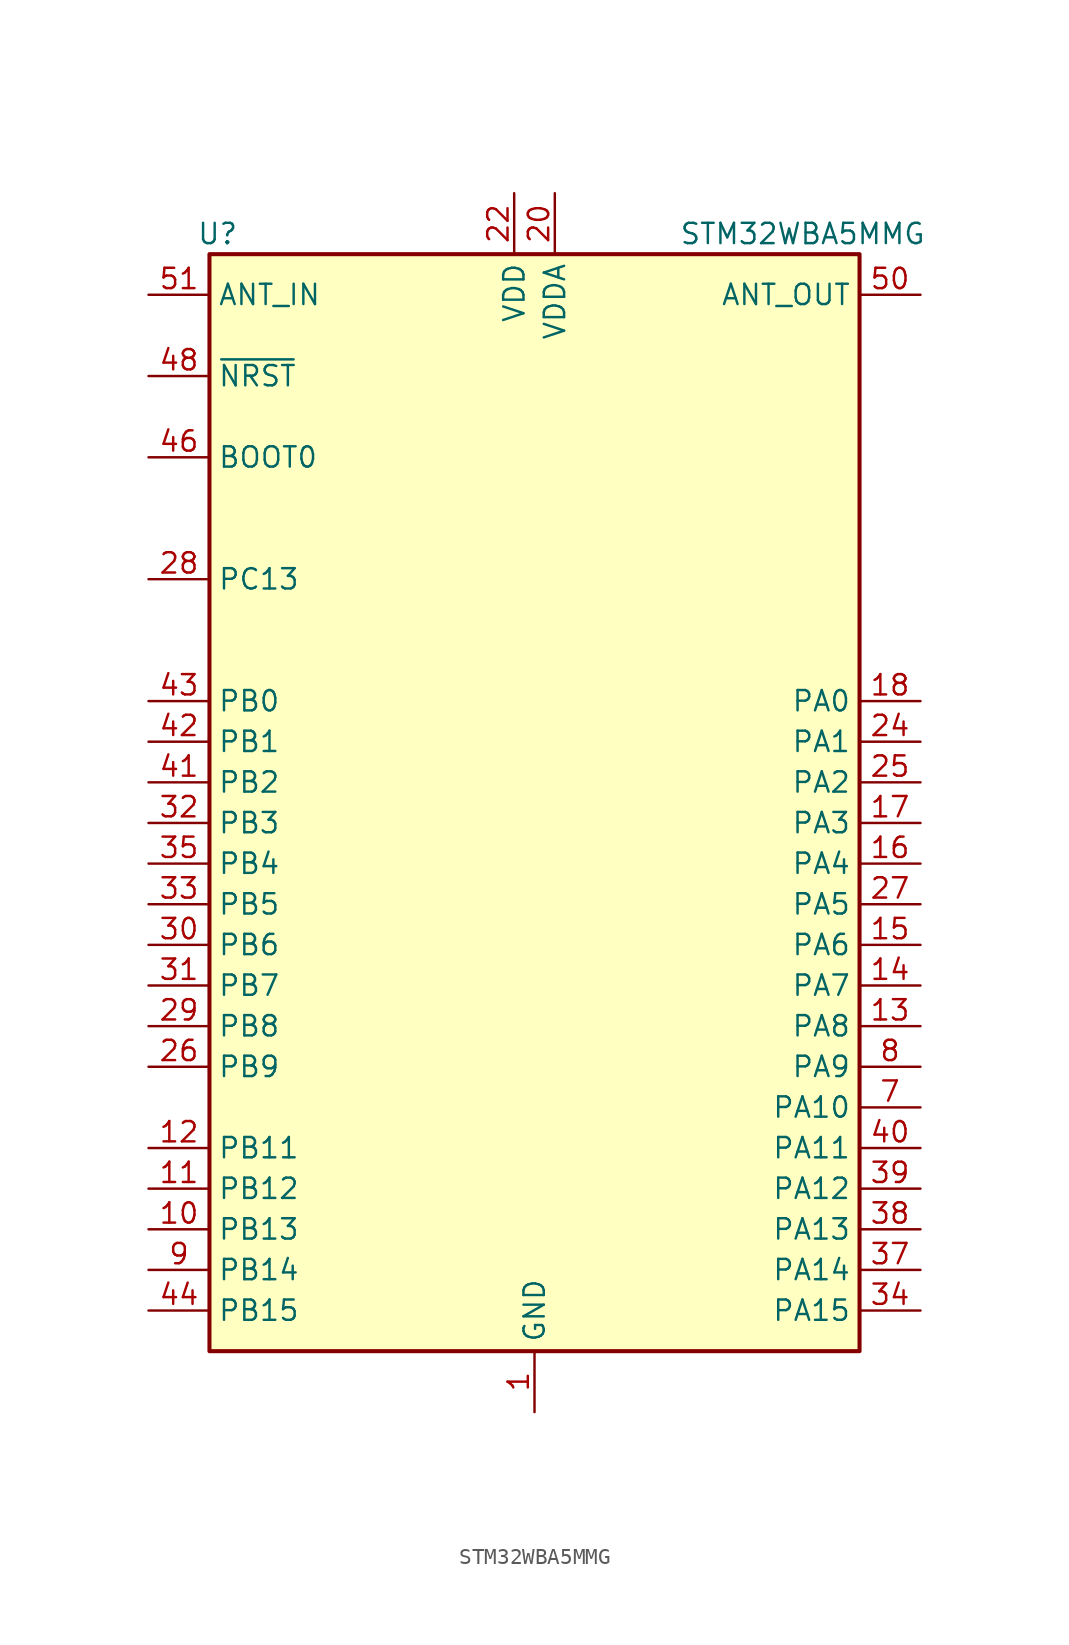
<source format=kicad_sym>
(kicad_symbol_lib
  (version 20241209)
  (generator "kicad_symbol_editor")
  (generator_version "9.0")
  (symbol "STM32WBA5MMG"
    (property "Reference" "U"
      (at -19.812 35.56 0)
      (effects (font (size 1.27 1.27))))
    (property "Value" "STM32WBA5MMG"
      (at 16.764 35.56 0)
      (effects (font (size 1.27 1.27))))
    (symbol "STM32WBA5MMG_0_0"
      (pin power_in line (at 0 -38.1 90) (length 3.81) (name "GND" (effects (font (size 1.27 1.27)))) (number "1" (effects (font (size 1.27 1.27))))))
    (symbol "STM32WBA5MMG_0_1"
      (rectangle (start -20.32 34.29) (end 20.32 -34.29) (stroke (width 0.254) (type default)) (fill (type background))))
    (symbol "STM32WBA5MMG_1_1"
      (pin input line (at -24.13 31.75 0) (length 3.81) (name "ANT_IN" (effects (font (size 1.27 1.27)))) (number "51" (effects (font (size 1.27 1.27)))))
      (pin bidirectional line (at -24.13 26.67 0) (length 3.81) (name "~{NRST}" (effects (font (size 1.27 1.27)))) (number "48" (effects (font (size 1.27 1.27)))))
      (pin bidirectional line (at -24.13 21.59 0) (length 3.81) (name "BOOT0" (effects (font (size 1.27 1.27)))) (number "46" (effects (font (size 1.27 1.27)))))
      (pin bidirectional line (at -24.13 13.97 0) (length 3.81) (name "PC13" (effects (font (size 1.27 1.27)))) (number "28" (effects (font (size 1.27 1.27)))) (alternate "PWR_WKUP2" bidirectional line) (alternate "RTC_OUT1" bidirectional line) (alternate "RTC_TS" bidirectional line) (alternate "TIM1_BKIN2" bidirectional line))
      (pin bidirectional line (at -24.13 6.35 0) (length 3.81) (name "PB0" (effects (font (size 1.27 1.27)))) (number "43" (effects (font (size 1.27 1.27)))) (alternate "LPTIM2_IN2" bidirectional line) (alternate "TIM1_CH3N" bidirectional line) (alternate "USART2_TX" bidirectional line))
      (pin bidirectional line (at -24.13 3.81 0) (length 3.81) (name "PB1" (effects (font (size 1.27 1.27)))) (number "42" (effects (font (size 1.27 1.27)))) (alternate "I2C1_SDA" bidirectional line) (alternate "I2C3_SDA" bidirectional line) (alternate "PWR_WKUP4" bidirectional line) (alternate "TIM1_CH2N" bidirectional line) (alternate "USART2_DE" bidirectional line) (alternate "USART2_RTS" bidirectional line))
      (pin bidirectional line (at -24.13 1.27 0) (length 3.81) (name "PB2" (effects (font (size 1.27 1.27)))) (number "41" (effects (font (size 1.27 1.27)))) (alternate "I2C1_SCL" bidirectional line) (alternate "I2C3_SCL" bidirectional line) (alternate "PWR_WKUP1" bidirectional line) (alternate "RF_ANTSW2" bidirectional line) (alternate "RTC_OUT2" bidirectional line) (alternate "TIM1_CH1N" bidirectional line) (alternate "USART2_CTS" bidirectional line))
      (pin bidirectional line (at -24.13 -1.27 0) (length 3.81) (name "PB3" (effects (font (size 1.27 1.27)))) (number "32" (effects (font (size 1.27 1.27)))) (alternate "DEBUG_JTDO-SWO" bidirectional line) (alternate "I2C1_SDA" bidirectional line) (alternate "LPTIM1_IN2" bidirectional line) (alternate "SPI1_MISO" bidirectional line) (alternate "TIM17_CH1N" bidirectional line) (alternate "TIM1_CH4" bidirectional line) (alternate "USART2_CK" bidirectional line))
      (pin bidirectional line (at -24.13 -3.81 0) (length 3.81) (name "PB4" (effects (font (size 1.27 1.27)))) (number "35" (effects (font (size 1.27 1.27)))) (alternate "DEBUG_JTRST" bidirectional line) (alternate "LPTIM2_IN2" bidirectional line) (alternate "SAI1_MCLK_B" bidirectional line) (alternate "SPI1_SCK" bidirectional line) (alternate "TIM17_CH1" bidirectional line) (alternate "TIM1_CH3" bidirectional line) (alternate "USART2_RX" bidirectional line))
      (pin bidirectional line (at -24.13 -6.35 0) (length 3.81) (name "PB5" (effects (font (size 1.27 1.27)))) (number "33" (effects (font (size 1.27 1.27)))) (alternate "LPUART1_TX" bidirectional line) (alternate "SAI1_D2" bidirectional line) (alternate "SAI1_FS_B" bidirectional line) (alternate "TIM3_CH1" bidirectional line))
      (pin bidirectional line (at -24.13 -8.89 0) (length 3.81) (name "PB6" (effects (font (size 1.27 1.27)))) (number "30" (effects (font (size 1.27 1.27)))) (alternate "PWR_WKUP3" bidirectional line) (alternate "SAI1_SCK_B" bidirectional line) (alternate "TIM2_CH1" bidirectional line) (alternate "TIM2_ETR" bidirectional line))
      (pin bidirectional line (at -24.13 -11.43 0) (length 3.81) (name "PB7" (effects (font (size 1.27 1.27)))) (number "31" (effects (font (size 1.27 1.27)))) (alternate "PWR_WKUP5" bidirectional line) (alternate "SAI1_SD_B" bidirectional line) (alternate "TIM1_CH4N" bidirectional line))
      (pin bidirectional line (at -24.13 -13.97 0) (length 3.81) (name "PB8" (effects (font (size 1.27 1.27)))) (number "29" (effects (font (size 1.27 1.27)))) (alternate "COMP1_OUT" bidirectional line) (alternate "LPTIM1_ETR" bidirectional line) (alternate "PWR_PVD_IN" bidirectional line) (alternate "SPI3_MOSI" bidirectional line) (alternate "TIM16_CH1N" bidirectional line) (alternate "TIM1_CH1" bidirectional line) (alternate "TIM3_ETR" bidirectional line) (alternate "USART2_RX" bidirectional line))
      (pin bidirectional line (at -24.13 -16.51 0) (length 3.81) (name "PB9" (effects (font (size 1.27 1.27)))) (number "26" (effects (font (size 1.27 1.27)))) (alternate "ADC4_IN10" bidirectional line) (alternate "COMP2_INM" bidirectional line) (alternate "IR_OUT" bidirectional line) (alternate "LPTIM2_IN1" bidirectional line) (alternate "LPUART1_DE" bidirectional line) (alternate "LPUART1_RTS" bidirectional line) (alternate "PWR_WKUP8" bidirectional line) (alternate "SPI3_MISO" bidirectional line) (alternate "TIM16_CH1" bidirectional line) (alternate "TIM1_CH3N" bidirectional line) (alternate "TIM3_CH4" bidirectional line))
      (pin bidirectional line (at -24.13 -21.59 0) (length 3.81) (name "PB11" (effects (font (size 1.27 1.27)))) (number "12" (effects (font (size 1.27 1.27)))) (alternate "LPTIM1_CH1" bidirectional line) (alternate "LPTIM1_ETR" bidirectional line) (alternate "LPUART1_TX" bidirectional line))
      (pin bidirectional line (at -24.13 -24.13 0) (length 3.81) (name "PB12" (effects (font (size 1.27 1.27)))) (number "11" (effects (font (size 1.27 1.27)))) (alternate "SAI1_SD_A" bidirectional line) (alternate "SPI1_RDY" bidirectional line) (alternate "TIM2_CH1" bidirectional line) (alternate "TIM2_ETR" bidirectional line) (alternate "TIM3_ETR" bidirectional line) (alternate "TSC_SYNC" bidirectional line) (alternate "USART1_TX" bidirectional line))
      (pin bidirectional line (at -24.13 -26.67 0) (length 3.81) (name "PB13" (effects (font (size 1.27 1.27)))) (number "10" (effects (font (size 1.27 1.27)))) (alternate "TIM3_CH4" bidirectional line))
      (pin bidirectional line (at -24.13 -29.21 0) (length 3.81) (name "PB14" (effects (font (size 1.27 1.27)))) (number "9" (effects (font (size 1.27 1.27)))) (alternate "PWR_WKUP7" bidirectional line) (alternate "RTC_REFIN" bidirectional line) (alternate "SAI1_SD_A" bidirectional line) (alternate "TIM3_CH3" bidirectional line) (alternate "USART1_TX" bidirectional line))
      (pin bidirectional line (at -24.13 -31.75 0) (length 3.81) (name "PB15" (effects (font (size 1.27 1.27)))) (number "44" (effects (font (size 1.27 1.27)))) (alternate "ADC4_EXTI15" bidirectional line) (alternate "DEBUG_JTDI" bidirectional line) (alternate "I2C1_SCL" bidirectional line) (alternate "LPTIM1_CH2" bidirectional line) (alternate "PTA_STATUS" bidirectional line) (alternate "SPI1_MOSI" bidirectional line) (alternate "TIM17_BKIN" bidirectional line) (alternate "TIM1_ETR" bidirectional line) (alternate "USART2_DE" bidirectional line) (alternate "USART2_RTS" bidirectional line))
      (pin power_in line (at -1.27 38.1 270) (length 3.81) (name "VDD" (effects (font (size 1.27 1.27)))) (number "22" (effects (font (size 1.27 1.27)))))
      (pin power_in line (at 0 -38.1 90) (length 3.81) (hide yes) (name "GND" (effects (font (size 1.27 1.27)))) (number "19" (effects (font (size 1.27 1.27)))))
      (pin power_in line (at 0 -38.1 90) (length 3.81) (hide yes) (name "GND" (effects (font (size 1.27 1.27)))) (number "2" (effects (font (size 1.27 1.27)))))
      (pin power_in line (at 0 -38.1 90) (length 3.81) (hide yes) (name "GND" (effects (font (size 1.27 1.27)))) (number "21" (effects (font (size 1.27 1.27)))))
      (pin power_in line (at 0 -38.1 90) (length 3.81) (hide yes) (name "GND" (effects (font (size 1.27 1.27)))) (number "23" (effects (font (size 1.27 1.27)))))
      (pin power_in line (at 0 -38.1 90) (length 3.81) (hide yes) (name "GND" (effects (font (size 1.27 1.27)))) (number "3" (effects (font (size 1.27 1.27)))))
      (pin power_in line (at 0 -38.1 90) (length 3.81) (hide yes) (name "GND" (effects (font (size 1.27 1.27)))) (number "36" (effects (font (size 1.27 1.27)))))
      (pin power_in line (at 0 -38.1 90) (length 3.81) (hide yes) (name "GND" (effects (font (size 1.27 1.27)))) (number "4" (effects (font (size 1.27 1.27)))))
      (pin power_in line (at 0 -38.1 90) (length 3.81) (hide yes) (name "GND" (effects (font (size 1.27 1.27)))) (number "45" (effects (font (size 1.27 1.27)))))
      (pin power_in line (at 0 -38.1 90) (length 3.81) (hide yes) (name "GND" (effects (font (size 1.27 1.27)))) (number "47" (effects (font (size 1.27 1.27)))))
      (pin power_in line (at 0 -38.1 90) (length 3.81) (hide yes) (name "GND" (effects (font (size 1.27 1.27)))) (number "49" (effects (font (size 1.27 1.27)))))
      (pin power_in line (at 0 -38.1 90) (length 3.81) (hide yes) (name "GND" (effects (font (size 1.27 1.27)))) (number "5" (effects (font (size 1.27 1.27)))))
      (pin power_in line (at 0 -38.1 90) (length 3.81) (hide yes) (name "GND" (effects (font (size 1.27 1.27)))) (number "52" (effects (font (size 1.27 1.27)))))
      (pin power_in line (at 0 -38.1 90) (length 3.81) (hide yes) (name "GND" (effects (font (size 1.27 1.27)))) (number "53" (effects (font (size 1.27 1.27)))))
      (pin power_in line (at 0 -38.1 90) (length 3.81) (hide yes) (name "GND" (effects (font (size 1.27 1.27)))) (number "54" (effects (font (size 1.27 1.27)))))
      (pin power_in line (at 0 -38.1 90) (length 3.81) (hide yes) (name "GND" (effects (font (size 1.27 1.27)))) (number "55" (effects (font (size 1.27 1.27)))))
      (pin power_in line (at 0 -38.1 90) (length 3.81) (hide yes) (name "GND" (effects (font (size 1.27 1.27)))) (number "56" (effects (font (size 1.27 1.27)))))
      (pin power_in line (at 0 -38.1 90) (length 3.81) (hide yes) (name "GND" (effects (font (size 1.27 1.27)))) (number "57" (effects (font (size 1.27 1.27)))))
      (pin power_in line (at 0 -38.1 90) (length 3.81) (hide yes) (name "GND" (effects (font (size 1.27 1.27)))) (number "58" (effects (font (size 1.27 1.27)))))
      (pin power_in line (at 0 -38.1 90) (length 3.81) (hide yes) (name "GND" (effects (font (size 1.27 1.27)))) (number "59" (effects (font (size 1.27 1.27)))))
      (pin power_in line (at 0 -38.1 90) (length 3.81) (hide yes) (name "GND" (effects (font (size 1.27 1.27)))) (number "6" (effects (font (size 1.27 1.27)))))
      (pin power_in line (at 0 -38.1 90) (length 3.81) (hide yes) (name "GND" (effects (font (size 1.27 1.27)))) (number "60" (effects (font (size 1.27 1.27)))))
      (pin power_in line (at 0 -38.1 90) (length 3.81) (hide yes) (name "GND" (effects (font (size 1.27 1.27)))) (number "61" (effects (font (size 1.27 1.27)))))
      (pin power_in line (at 0 -38.1 90) (length 3.81) (hide yes) (name "GND" (effects (font (size 1.27 1.27)))) (number "62" (effects (font (size 1.27 1.27)))))
      (pin power_in line (at 0 -38.1 90) (length 3.81) (hide yes) (name "GND" (effects (font (size 1.27 1.27)))) (number "63" (effects (font (size 1.27 1.27)))))
      (pin power_in line (at 0 -38.1 90) (length 3.81) (hide yes) (name "GND" (effects (font (size 1.27 1.27)))) (number "64" (effects (font (size 1.27 1.27)))))
      (pin power_in line (at 0 -38.1 90) (length 3.81) (hide yes) (name "GND" (effects (font (size 1.27 1.27)))) (number "65" (effects (font (size 1.27 1.27)))))
      (pin power_in line (at 0 -38.1 90) (length 3.81) (hide yes) (name "GND" (effects (font (size 1.27 1.27)))) (number "66" (effects (font (size 1.27 1.27)))))
      (pin power_in line (at 0 -38.1 90) (length 3.81) (hide yes) (name "GND" (effects (font (size 1.27 1.27)))) (number "67" (effects (font (size 1.27 1.27)))))
      (pin power_in line (at 0 -38.1 90) (length 3.81) (hide yes) (name "GND" (effects (font (size 1.27 1.27)))) (number "68" (effects (font (size 1.27 1.27)))))
      (pin power_in line (at 0 -38.1 90) (length 3.81) (hide yes) (name "GND" (effects (font (size 1.27 1.27)))) (number "69" (effects (font (size 1.27 1.27)))))
      (pin power_in line (at 0 -38.1 90) (length 3.81) (hide yes) (name "GND" (effects (font (size 1.27 1.27)))) (number "70" (effects (font (size 1.27 1.27)))))
      (pin power_in line (at 0 -38.1 90) (length 3.81) (hide yes) (name "GND" (effects (font (size 1.27 1.27)))) (number "71" (effects (font (size 1.27 1.27)))))
      (pin power_in line (at 0 -38.1 90) (length 3.81) (hide yes) (name "GND" (effects (font (size 1.27 1.27)))) (number "72" (effects (font (size 1.27 1.27)))))
      (pin power_in line (at 0 -38.1 90) (length 3.81) (hide yes) (name "GND" (effects (font (size 1.27 1.27)))) (number "73" (effects (font (size 1.27 1.27)))))
      (pin power_in line (at 0 -38.1 90) (length 3.81) (hide yes) (name "GND" (effects (font (size 1.27 1.27)))) (number "74" (effects (font (size 1.27 1.27)))))
      (pin power_in line (at 0 -38.1 90) (length 3.81) (hide yes) (name "GND" (effects (font (size 1.27 1.27)))) (number "75" (effects (font (size 1.27 1.27)))))
      (pin power_in line (at 0 -38.1 90) (length 3.81) (hide yes) (name "GND" (effects (font (size 1.27 1.27)))) (number "76" (effects (font (size 1.27 1.27)))))
      (pin power_in line (at 1.27 38.1 270) (length 3.81) (name "VDDA" (effects (font (size 1.27 1.27)))) (number "20" (effects (font (size 1.27 1.27)))))
      (pin output line (at 24.13 31.75 180) (length 3.81) (name "ANT_OUT" (effects (font (size 1.27 1.27)))) (number "50" (effects (font (size 1.27 1.27)))))
      (pin bidirectional line (at 24.13 6.35 180) (length 3.81) (name "PA0" (effects (font (size 1.27 1.27)))) (number "18" (effects (font (size 1.27 1.27)))) (alternate "ADC4_IN9" bidirectional line) (alternate "COMP2_INP" bidirectional line) (alternate "LPTIM1_IN1" bidirectional line) (alternate "LPUART1_CTS" bidirectional line) (alternate "PWR_WKUP1" bidirectional line) (alternate "SPI3_SCK" bidirectional line) (alternate "TIM1_CH2N" bidirectional line) (alternate "TIM3_CH3" bidirectional line) (alternate "TIM3_ETR" bidirectional line))
      (pin bidirectional line (at 24.13 3.81 180) (length 3.81) (name "PA1" (effects (font (size 1.27 1.27)))) (number "24" (effects (font (size 1.27 1.27)))) (alternate "ADC4_IN8" bidirectional line) (alternate "COMP1_INM" bidirectional line) (alternate "LPTIM2_CH2" bidirectional line) (alternate "LPUART1_RX" bidirectional line) (alternate "PWR_WKUP3" bidirectional line) (alternate "SAI1_CK1" bidirectional line) (alternate "SPI1_RDY" bidirectional line) (alternate "TIM17_CH1" bidirectional line) (alternate "TIM1_CH1N" bidirectional line) (alternate "TIM3_CH2" bidirectional line) (alternate "USART1_CK" bidirectional line))
      (pin bidirectional line (at 24.13 1.27 180) (length 3.81) (name "PA2" (effects (font (size 1.27 1.27)))) (number "25" (effects (font (size 1.27 1.27)))) (alternate "ADC4_IN7" bidirectional line) (alternate "COMP1_INP" bidirectional line) (alternate "LPUART1_TX" bidirectional line) (alternate "PWR_WKUP4" bidirectional line) (alternate "RCC_LSCO" bidirectional line) (alternate "SAI1_D1" bidirectional line) (alternate "TIM16_CH1" bidirectional line) (alternate "TIM1_BKIN" bidirectional line) (alternate "TIM3_CH1" bidirectional line) (alternate "USART1_DE" bidirectional line) (alternate "USART1_RTS" bidirectional line))
      (pin bidirectional line (at 24.13 -1.27 180) (length 3.81) (name "PA3" (effects (font (size 1.27 1.27)))) (number "17" (effects (font (size 1.27 1.27)))) (alternate "PWR_WKUP5" bidirectional line) (alternate "TIM16_CH1N" bidirectional line) (alternate "USART1_DE" bidirectional line) (alternate "USART1_RTS" bidirectional line))
      (pin bidirectional line (at 24.13 -3.81 180) (length 3.81) (name "PA4" (effects (font (size 1.27 1.27)))) (number "16" (effects (font (size 1.27 1.27)))) (alternate "AUDIOCLK" bidirectional line) (alternate "PWR_WKUP2" bidirectional line) (alternate "TIM16_CH1" bidirectional line) (alternate "USART1_CTS" bidirectional line))
      (pin bidirectional line (at 24.13 -6.35 180) (length 3.81) (name "PA5" (effects (font (size 1.27 1.27)))) (number "27" (effects (font (size 1.27 1.27)))) (alternate "ADC4_IN4" bidirectional line) (alternate "AUDIOCLK" bidirectional line) (alternate "LPTIM2_ETR" bidirectional line) (alternate "PWR_CSLEEP" bidirectional line) (alternate "PWR_WKUP6" bidirectional line) (alternate "SAI1_D2" bidirectional line) (alternate "SPI3_NSS" bidirectional line) (alternate "TIM2_CH1" bidirectional line) (alternate "TIM2_ETR" bidirectional line) (alternate "USART1_CK" bidirectional line))
      (pin bidirectional line (at 24.13 -8.89 180) (length 3.81) (name "PA6" (effects (font (size 1.27 1.27)))) (number "15" (effects (font (size 1.27 1.27)))) (alternate "ADC4_IN3" bidirectional line) (alternate "I2C3_SCL" bidirectional line) (alternate "PWR_CSTOP" bidirectional line) (alternate "PWR_WKUP7" bidirectional line) (alternate "SAI1_CK2" bidirectional line) (alternate "SAI1_MCLK_A" bidirectional line) (alternate "SPI3_RDY" bidirectional line) (alternate "TIM2_CH4" bidirectional line) (alternate "USART1_DE" bidirectional line) (alternate "USART1_RTS" bidirectional line))
      (pin bidirectional line (at 24.13 -11.43 180) (length 3.81) (name "PA7" (effects (font (size 1.27 1.27)))) (number "14" (effects (font (size 1.27 1.27)))) (alternate "ADC4_IN2" bidirectional line) (alternate "COMP1_OUT" bidirectional line) (alternate "I2C3_SDA" bidirectional line) (alternate "PWR_WKUP8" bidirectional line) (alternate "SAI1_SCK_A" bidirectional line) (alternate "TIM2_CH3" bidirectional line) (alternate "USART1_CTS" bidirectional line))
      (pin bidirectional line (at 24.13 -13.97 180) (length 3.81) (name "PA8" (effects (font (size 1.27 1.27)))) (number "13" (effects (font (size 1.27 1.27)))) (alternate "ADC4_IN1" bidirectional line) (alternate "LPTIM1_CH2" bidirectional line) (alternate "RCC_MCO" bidirectional line) (alternate "SAI1_FS_A" bidirectional line) (alternate "SPI3_RDY" bidirectional line) (alternate "TIM2_CH2" bidirectional line) (alternate "USART1_RX" bidirectional line))
      (pin bidirectional line (at 24.13 -16.51 180) (length 3.81) (name "PA9" (effects (font (size 1.27 1.27)))) (number "8" (effects (font (size 1.27 1.27)))) (alternate "LPUART1_DE" bidirectional line) (alternate "LPUART1_RTS" bidirectional line) (alternate "SAI1_CK1" bidirectional line) (alternate "TIM3_CH2" bidirectional line))
      (pin bidirectional line (at 24.13 -19.05 180) (length 3.81) (name "PA10" (effects (font (size 1.27 1.27)))) (number "7" (effects (font (size 1.27 1.27)))) (alternate "LPUART1_RX" bidirectional line) (alternate "SAI1_D1" bidirectional line) (alternate "TIM3_CH1" bidirectional line))
      (pin bidirectional line (at 24.13 -21.59 180) (length 3.81) (name "PA11" (effects (font (size 1.27 1.27)))) (number "40" (effects (font (size 1.27 1.27)))) (alternate "LPTIM2_CH1" bidirectional line) (alternate "TIM1_CH1" bidirectional line) (alternate "USART2_RX" bidirectional line))
      (pin bidirectional line (at 24.13 -24.13 180) (length 3.81) (name "PA12" (effects (font (size 1.27 1.27)))) (number "39" (effects (font (size 1.27 1.27)))) (alternate "COMP2_OUT" bidirectional line) (alternate "PTA_STATUS" bidirectional line) (alternate "PWR_WKUP6" bidirectional line) (alternate "SPI1_NSS" bidirectional line) (alternate "TIM1_CH2" bidirectional line) (alternate "USART2_TX" bidirectional line))
      (pin bidirectional line (at 24.13 -26.67 180) (length 3.81) (name "PA13" (effects (font (size 1.27 1.27)))) (number "38" (effects (font (size 1.27 1.27)))) (alternate "DEBUG_JTMS-SWDIO" bidirectional line) (alternate "IR_OUT" bidirectional line) (alternate "PTA_PRIORITY" bidirectional line))
      (pin bidirectional line (at 24.13 -29.21 180) (length 3.81) (name "PA14" (effects (font (size 1.27 1.27)))) (number "37" (effects (font (size 1.27 1.27)))) (alternate "COMP2_OUT" bidirectional line) (alternate "DEBUG_JTCK-SWCLK" bidirectional line) (alternate "PTA_STATUS" bidirectional line) (alternate "USART2_TX" bidirectional line))
      (pin bidirectional line (at 24.13 -31.75 180) (length 3.81) (name "PA15" (effects (font (size 1.27 1.27)))) (number "34" (effects (font (size 1.27 1.27)))) (alternate "ADC4_EXTI15" bidirectional line) (alternate "DEBUG_JTDI" bidirectional line) (alternate "I2C1_SCL" bidirectional line) (alternate "LPTIM1_CH2" bidirectional line) (alternate "PTA_STATUS" bidirectional line) (alternate "SPI1_MOSI" bidirectional line) (alternate "TIM17_BKIN" bidirectional line) (alternate "TIM1_ETR" bidirectional line) (alternate "USART2_DE" bidirectional line) (alternate "USART2_RTS" bidirectional line)))))
</source>
